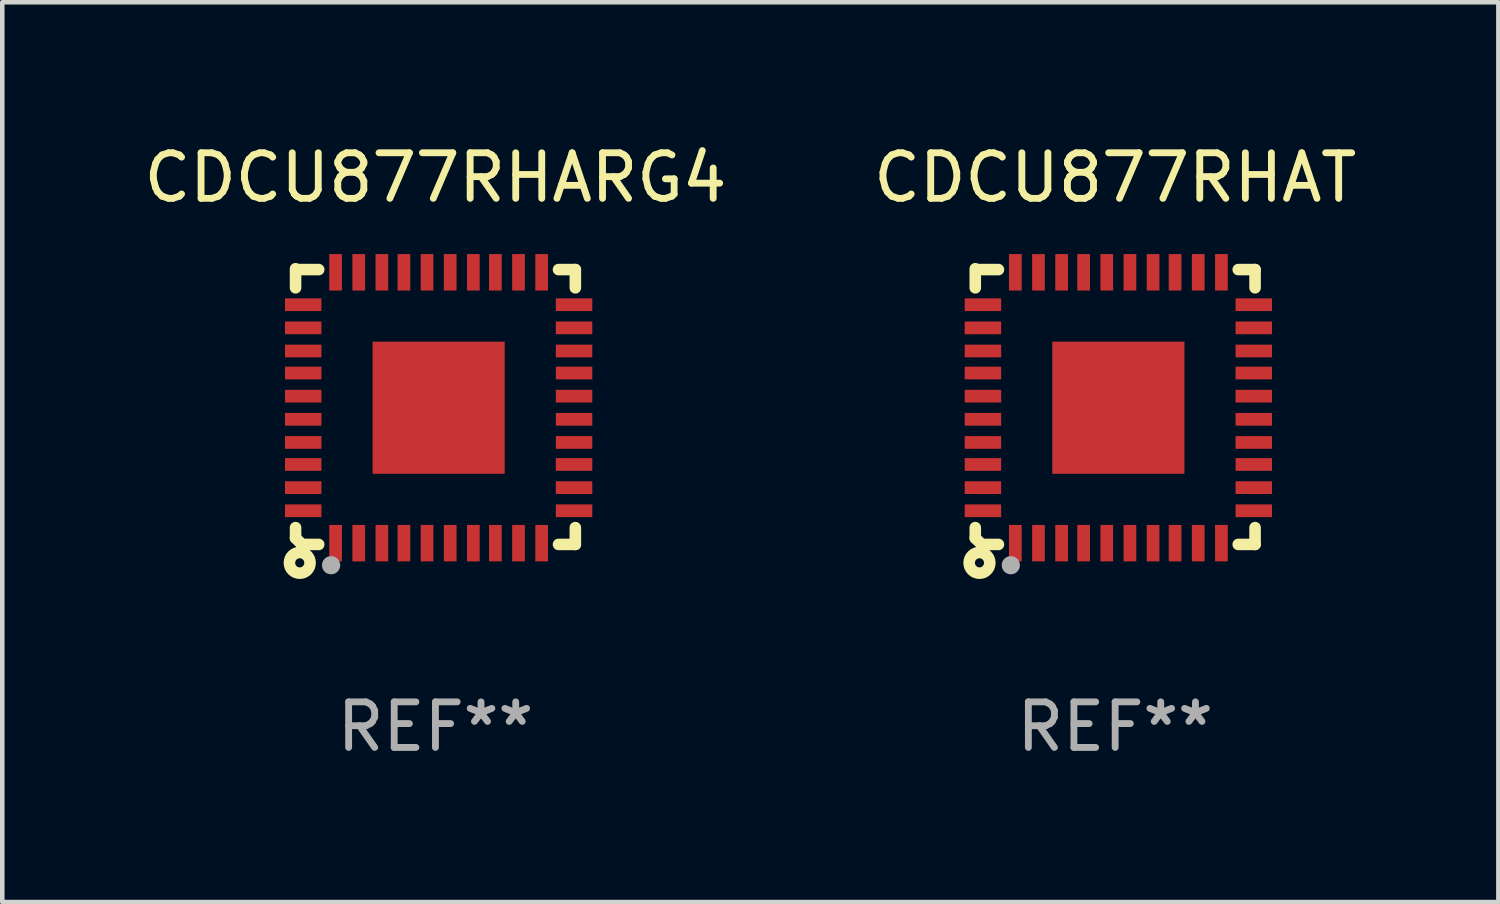
<source format=kicad_pcb>
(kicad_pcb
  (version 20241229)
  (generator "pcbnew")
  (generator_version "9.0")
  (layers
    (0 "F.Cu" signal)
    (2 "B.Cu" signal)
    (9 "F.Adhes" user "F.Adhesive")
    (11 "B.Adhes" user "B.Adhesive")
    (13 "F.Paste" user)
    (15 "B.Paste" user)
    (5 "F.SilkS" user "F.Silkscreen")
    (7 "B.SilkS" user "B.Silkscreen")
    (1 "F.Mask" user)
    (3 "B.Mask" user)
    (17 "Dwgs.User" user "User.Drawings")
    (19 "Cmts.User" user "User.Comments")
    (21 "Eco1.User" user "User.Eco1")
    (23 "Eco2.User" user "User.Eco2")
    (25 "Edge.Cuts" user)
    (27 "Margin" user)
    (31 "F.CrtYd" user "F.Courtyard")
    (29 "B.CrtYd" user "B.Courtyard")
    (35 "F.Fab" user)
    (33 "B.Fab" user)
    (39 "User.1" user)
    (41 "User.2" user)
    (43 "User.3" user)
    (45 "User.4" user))
  (footprint "CDCU877RHAT"
    (layer "F.Cu")
    (at 21.423 5.873)
    (property "Reference" "CDCU877RHAT" (at 0 -5.025 0) (layer "F.SilkS") (effects (font (size 1 1) (thickness 0.15))))
    (attr through_hole)
    (fp_line (start -3.07 -3.025) (end -3.07 -2.607) (stroke (width 0.254) (type solid)) (layer "F.SilkS"))
    (fp_line (start -3.07 2.656) (end -3.07 2.885) (stroke (width 0.254) (type solid)) (layer "F.SilkS"))
    (fp_line (start -3.07 2.885) (end -2.93 3.025) (stroke (width 0.254) (type solid)) (layer "F.SilkS"))
    (fp_line (start -3.005 -3.007) (end -2.562 -3.007) (stroke (width 0.254) (type solid)) (layer "F.SilkS"))
    (fp_line (start -2.93 3.025) (end -2.562 3.025) (stroke (width 0.254) (type solid)) (layer "F.SilkS"))
    (fp_line (start 2.701 -3.007) (end 3.07 -3.007) (stroke (width 0.254) (type solid)) (layer "F.SilkS"))
    (fp_line (start 2.701 3.025) (end 3.07 3.025) (stroke (width 0.254) (type solid)) (layer "F.SilkS"))
    (fp_line (start 3.07 -2.607) (end 3.07 -3.007) (stroke (width 0.254) (type solid)) (layer "F.SilkS"))
    (fp_line (start 3.07 3.025) (end 3.07 2.656) (stroke (width 0.254) (type solid)) (layer "F.SilkS"))
    (fp_circle (center -2.978 3.429) (end -2.878 3.429) (stroke (width 0.254) (type solid)) (fill no) (layer "F.SilkS"))
    (fp_circle (center -2.93 3.025) (end -2.9 3.025) (stroke (width 0.06) (type solid)) (fill no) (layer "F.SilkS"))
    (fp_circle (center -2.29 3.481) (end -2.19 3.481) (stroke (width 0.2) (type solid)) (fill no) (layer "F.Fab"))
    (fp_text user "REF**" (at 0 7.025 0) (layer "F.Fab") (effects (font (size 1 1) (thickness 0.15))))
    (pad "1" smd rect (at -2.191 2.997 90) (size 0.8 0.279) (layers "F.Cu" "F.Mask" "F.Paste"))
    (pad "2" smd rect (at -1.683 2.997 90) (size 0.8 0.279) (layers "F.Cu" "F.Mask" "F.Paste"))
    (pad "3" smd rect (at -1.175 2.997 90) (size 0.8 0.279) (layers "F.Cu" "F.Mask" "F.Paste"))
    (pad "4" smd rect (at -0.692 2.997 90) (size 0.8 0.279) (layers "F.Cu" "F.Mask" "F.Paste"))
    (pad "5" smd rect (at -0.184 2.997 90) (size 0.8 0.279) (layers "F.Cu" "F.Mask" "F.Paste"))
    (pad "6" smd rect (at 0.324 2.997 90) (size 0.8 0.279) (layers "F.Cu" "F.Mask" "F.Paste"))
    (pad "7" smd rect (at 0.832 2.997 90) (size 0.8 0.279) (layers "F.Cu" "F.Mask" "F.Paste"))
    (pad "8" smd rect (at 1.315 2.997 90) (size 0.8 0.279) (layers "F.Cu" "F.Mask" "F.Paste"))
    (pad "9" smd rect (at 1.823 2.997 90) (size 0.8 0.279) (layers "F.Cu" "F.Mask" "F.Paste"))
    (pad "10" smd rect (at 2.331 2.997 90) (size 0.8 0.279) (layers "F.Cu" "F.Mask" "F.Paste"))
    (pad "11" smd rect (at 3.042 2.286 180) (size 0.8 0.279) (layers "F.Cu" "F.Mask" "F.Paste"))
    (pad "12" smd rect (at 3.042 1.778 180) (size 0.8 0.279) (layers "F.Cu" "F.Mask" "F.Paste"))
    (pad "13" smd rect (at 3.042 1.27 180) (size 0.8 0.279) (layers "F.Cu" "F.Mask" "F.Paste"))
    (pad "14" smd rect (at 3.042 0.787 180) (size 0.8 0.279) (layers "F.Cu" "F.Mask" "F.Paste"))
    (pad "15" smd rect (at 3.042 0.279 180) (size 0.8 0.279) (layers "F.Cu" "F.Mask" "F.Paste"))
    (pad "16" smd rect (at 3.042 -0.229 180) (size 0.8 0.279) (layers "F.Cu" "F.Mask" "F.Paste"))
    (pad "17" smd rect (at 3.042 -0.737 180) (size 0.8 0.279) (layers "F.Cu" "F.Mask" "F.Paste"))
    (pad "18" smd rect (at 3.042 -1.22 180) (size 0.8 0.279) (layers "F.Cu" "F.Mask" "F.Paste"))
    (pad "19" smd rect (at 3.042 -1.728 180) (size 0.8 0.279) (layers "F.Cu" "F.Mask" "F.Paste"))
    (pad "20" smd rect (at 3.042 -2.236 180) (size 0.8 0.279) (layers "F.Cu" "F.Mask" "F.Paste"))
    (pad "21" smd rect (at 2.331 -2.947 270) (size 0.8 0.279) (layers "F.Cu" "F.Mask" "F.Paste"))
    (pad "22" smd rect (at 1.823 -2.947 270) (size 0.8 0.279) (layers "F.Cu" "F.Mask" "F.Paste"))
    (pad "23" smd rect (at 1.315 -2.947 270) (size 0.8 0.279) (layers "F.Cu" "F.Mask" "F.Paste"))
    (pad "24" smd rect (at 0.832 -2.947 270) (size 0.8 0.279) (layers "F.Cu" "F.Mask" "F.Paste"))
    (pad "25" smd rect (at 0.324 -2.947 270) (size 0.8 0.279) (layers "F.Cu" "F.Mask" "F.Paste"))
    (pad "26" smd rect (at -0.184 -2.947 270) (size 0.8 0.279) (layers "F.Cu" "F.Mask" "F.Paste"))
    (pad "27" smd rect (at -0.692 -2.947 270) (size 0.8 0.279) (layers "F.Cu" "F.Mask" "F.Paste"))
    (pad "28" smd rect (at -1.175 -2.947 270) (size 0.8 0.279) (layers "F.Cu" "F.Mask" "F.Paste"))
    (pad "29" smd rect (at -1.683 -2.947 270) (size 0.8 0.279) (layers "F.Cu" "F.Mask" "F.Paste"))
    (pad "30" smd rect (at -2.191 -2.947 270) (size 0.8 0.279) (layers "F.Cu" "F.Mask" "F.Paste"))
    (pad "31" smd rect (at -2.902 -2.236) (size 0.8 0.279) (layers "F.Cu" "F.Mask" "F.Paste"))
    (pad "32" smd rect (at -2.902 -1.728) (size 0.8 0.279) (layers "F.Cu" "F.Mask" "F.Paste"))
    (pad "33" smd rect (at -2.902 -1.22) (size 0.8 0.279) (layers "F.Cu" "F.Mask" "F.Paste"))
    (pad "34" smd rect (at -2.902 -0.737) (size 0.8 0.279) (layers "F.Cu" "F.Mask" "F.Paste"))
    (pad "35" smd rect (at -2.902 -0.229) (size 0.8 0.279) (layers "F.Cu" "F.Mask" "F.Paste"))
    (pad "36" smd rect (at -2.902 0.279) (size 0.8 0.279) (layers "F.Cu" "F.Mask" "F.Paste"))
    (pad "37" smd rect (at -2.902 0.787) (size 0.8 0.279) (layers "F.Cu" "F.Mask" "F.Paste"))
    (pad "38" smd rect (at -2.902 1.27) (size 0.8 0.279) (layers "F.Cu" "F.Mask" "F.Paste"))
    (pad "39" smd rect (at -2.902 1.778) (size 0.8 0.279) (layers "F.Cu" "F.Mask" "F.Paste"))
    (pad "40" smd rect (at -2.902 2.286) (size 0.8 0.279) (layers "F.Cu" "F.Mask" "F.Paste"))
    (pad "41" smd rect (at 0.07 0.025 90) (size 2.9 2.9) (layers "F.Cu" "F.Mask" "F.Paste")))
  (footprint "CDCU877RHARG4"
    (layer "F.Cu")
    (at 6.506 5.873)
    (property "Reference" "CDCU877RHARG4" (at 0 -5.025 0) (layer "F.SilkS") (effects (font (size 1 1) (thickness 0.15))))
    (attr through_hole)
    (fp_line (start -3.07 -3.025) (end -3.07 -2.607) (stroke (width 0.254) (type solid)) (layer "F.SilkS"))
    (fp_line (start -3.07 2.656) (end -3.07 2.885) (stroke (width 0.254) (type solid)) (layer "F.SilkS"))
    (fp_line (start -3.07 2.885) (end -2.93 3.025) (stroke (width 0.254) (type solid)) (layer "F.SilkS"))
    (fp_line (start -3.005 -3.007) (end -2.562 -3.007) (stroke (width 0.254) (type solid)) (layer "F.SilkS"))
    (fp_line (start -2.93 3.025) (end -2.562 3.025) (stroke (width 0.254) (type solid)) (layer "F.SilkS"))
    (fp_line (start 2.701 -3.007) (end 3.07 -3.007) (stroke (width 0.254) (type solid)) (layer "F.SilkS"))
    (fp_line (start 2.701 3.025) (end 3.07 3.025) (stroke (width 0.254) (type solid)) (layer "F.SilkS"))
    (fp_line (start 3.07 -2.607) (end 3.07 -3.007) (stroke (width 0.254) (type solid)) (layer "F.SilkS"))
    (fp_line (start 3.07 3.025) (end 3.07 2.656) (stroke (width 0.254) (type solid)) (layer "F.SilkS"))
    (fp_circle (center -2.978 3.429) (end -2.878 3.429) (stroke (width 0.254) (type solid)) (fill no) (layer "F.SilkS"))
    (fp_circle (center -2.93 3.025) (end -2.9 3.025) (stroke (width 0.06) (type solid)) (fill no) (layer "F.SilkS"))
    (fp_circle (center -2.29 3.481) (end -2.19 3.481) (stroke (width 0.2) (type solid)) (fill no) (layer "F.Fab"))
    (fp_text user "REF**" (at 0 7.025 0) (layer "F.Fab") (effects (font (size 1 1) (thickness 0.15))))
    (pad "1" smd rect (at -2.191 2.997 90) (size 0.8 0.279) (layers "F.Cu" "F.Mask" "F.Paste"))
    (pad "2" smd rect (at -1.683 2.997 90) (size 0.8 0.279) (layers "F.Cu" "F.Mask" "F.Paste"))
    (pad "3" smd rect (at -1.175 2.997 90) (size 0.8 0.279) (layers "F.Cu" "F.Mask" "F.Paste"))
    (pad "4" smd rect (at -0.692 2.997 90) (size 0.8 0.279) (layers "F.Cu" "F.Mask" "F.Paste"))
    (pad "5" smd rect (at -0.184 2.997 90) (size 0.8 0.279) (layers "F.Cu" "F.Mask" "F.Paste"))
    (pad "6" smd rect (at 0.324 2.997 90) (size 0.8 0.279) (layers "F.Cu" "F.Mask" "F.Paste"))
    (pad "7" smd rect (at 0.832 2.997 90) (size 0.8 0.279) (layers "F.Cu" "F.Mask" "F.Paste"))
    (pad "8" smd rect (at 1.315 2.997 90) (size 0.8 0.279) (layers "F.Cu" "F.Mask" "F.Paste"))
    (pad "9" smd rect (at 1.823 2.997 90) (size 0.8 0.279) (layers "F.Cu" "F.Mask" "F.Paste"))
    (pad "10" smd rect (at 2.331 2.997 90) (size 0.8 0.279) (layers "F.Cu" "F.Mask" "F.Paste"))
    (pad "11" smd rect (at 3.042 2.286 180) (size 0.8 0.279) (layers "F.Cu" "F.Mask" "F.Paste"))
    (pad "12" smd rect (at 3.042 1.778 180) (size 0.8 0.279) (layers "F.Cu" "F.Mask" "F.Paste"))
    (pad "13" smd rect (at 3.042 1.27 180) (size 0.8 0.279) (layers "F.Cu" "F.Mask" "F.Paste"))
    (pad "14" smd rect (at 3.042 0.787 180) (size 0.8 0.279) (layers "F.Cu" "F.Mask" "F.Paste"))
    (pad "15" smd rect (at 3.042 0.279 180) (size 0.8 0.279) (layers "F.Cu" "F.Mask" "F.Paste"))
    (pad "16" smd rect (at 3.042 -0.229 180) (size 0.8 0.279) (layers "F.Cu" "F.Mask" "F.Paste"))
    (pad "17" smd rect (at 3.042 -0.737 180) (size 0.8 0.279) (layers "F.Cu" "F.Mask" "F.Paste"))
    (pad "18" smd rect (at 3.042 -1.22 180) (size 0.8 0.279) (layers "F.Cu" "F.Mask" "F.Paste"))
    (pad "19" smd rect (at 3.042 -1.728 180) (size 0.8 0.279) (layers "F.Cu" "F.Mask" "F.Paste"))
    (pad "20" smd rect (at 3.042 -2.236 180) (size 0.8 0.279) (layers "F.Cu" "F.Mask" "F.Paste"))
    (pad "21" smd rect (at 2.331 -2.947 270) (size 0.8 0.279) (layers "F.Cu" "F.Mask" "F.Paste"))
    (pad "22" smd rect (at 1.823 -2.947 270) (size 0.8 0.279) (layers "F.Cu" "F.Mask" "F.Paste"))
    (pad "23" smd rect (at 1.315 -2.947 270) (size 0.8 0.279) (layers "F.Cu" "F.Mask" "F.Paste"))
    (pad "24" smd rect (at 0.832 -2.947 270) (size 0.8 0.279) (layers "F.Cu" "F.Mask" "F.Paste"))
    (pad "25" smd rect (at 0.324 -2.947 270) (size 0.8 0.279) (layers "F.Cu" "F.Mask" "F.Paste"))
    (pad "26" smd rect (at -0.184 -2.947 270) (size 0.8 0.279) (layers "F.Cu" "F.Mask" "F.Paste"))
    (pad "27" smd rect (at -0.692 -2.947 270) (size 0.8 0.279) (layers "F.Cu" "F.Mask" "F.Paste"))
    (pad "28" smd rect (at -1.175 -2.947 270) (size 0.8 0.279) (layers "F.Cu" "F.Mask" "F.Paste"))
    (pad "29" smd rect (at -1.683 -2.947 270) (size 0.8 0.279) (layers "F.Cu" "F.Mask" "F.Paste"))
    (pad "30" smd rect (at -2.191 -2.947 270) (size 0.8 0.279) (layers "F.Cu" "F.Mask" "F.Paste"))
    (pad "31" smd rect (at -2.902 -2.236) (size 0.8 0.279) (layers "F.Cu" "F.Mask" "F.Paste"))
    (pad "32" smd rect (at -2.902 -1.728) (size 0.8 0.279) (layers "F.Cu" "F.Mask" "F.Paste"))
    (pad "33" smd rect (at -2.902 -1.22) (size 0.8 0.279) (layers "F.Cu" "F.Mask" "F.Paste"))
    (pad "34" smd rect (at -2.902 -0.737) (size 0.8 0.279) (layers "F.Cu" "F.Mask" "F.Paste"))
    (pad "35" smd rect (at -2.902 -0.229) (size 0.8 0.279) (layers "F.Cu" "F.Mask" "F.Paste"))
    (pad "36" smd rect (at -2.902 0.279) (size 0.8 0.279) (layers "F.Cu" "F.Mask" "F.Paste"))
    (pad "37" smd rect (at -2.902 0.787) (size 0.8 0.279) (layers "F.Cu" "F.Mask" "F.Paste"))
    (pad "38" smd rect (at -2.902 1.27) (size 0.8 0.279) (layers "F.Cu" "F.Mask" "F.Paste"))
    (pad "39" smd rect (at -2.902 1.778) (size 0.8 0.279) (layers "F.Cu" "F.Mask" "F.Paste"))
    (pad "40" smd rect (at -2.902 2.286) (size 0.8 0.279) (layers "F.Cu" "F.Mask" "F.Paste"))
    (pad "41" smd rect (at 0.07 0.025 90) (size 2.9 2.9) (layers "F.Cu" "F.Mask" "F.Paste")))
  (gr_rect
    (start -3 -3)
    (end 29.833 16.746)
    (stroke (width 0.1) (type default))
    (fill no)
    (layer "Edge.Cuts")))
</source>
